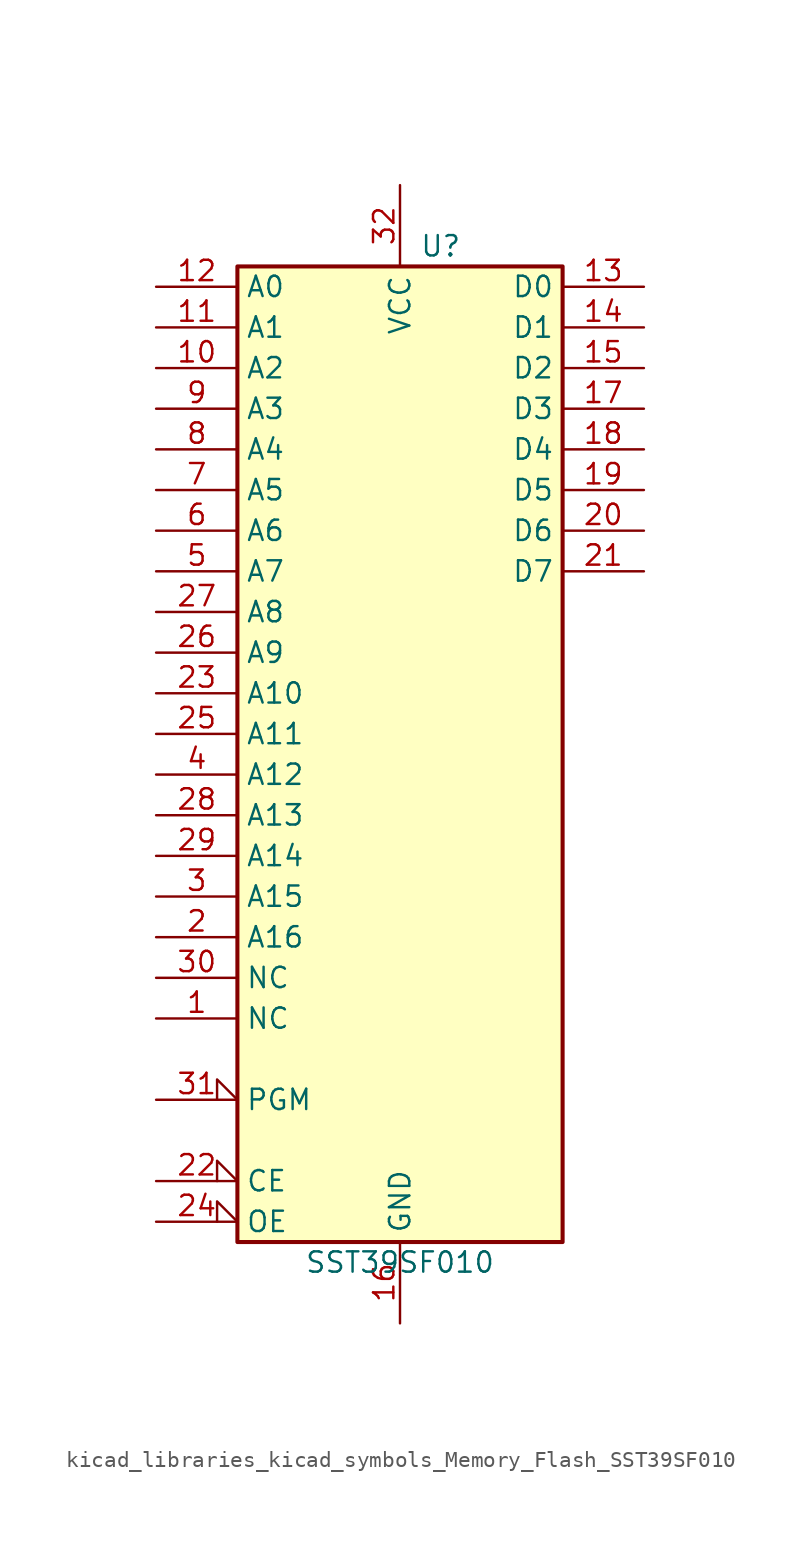
<source format=kicad_sym>
(kicad_symbol_lib
  (version 20220914)
  (generator kicad_symbol_editor)
  (symbol "kicad_libraries_kicad_symbols_Memory_Flash_SST39SF010"
    (property "Reference" "U"
      (at 2.54 33.02 0)
      (effects (font (size 1.27 1.27))))
    (property "Value" "SST39SF010"
      (at 0 -30.48 0)
      (effects (font (size 1.27 1.27))))
    (symbol "kicad_libraries_kicad_symbols_Memory_Flash_SST39SF010_0_0"
      (pin power_in line (at 0 -34.29 90) (length 5.08) (name "GND" (effects (font (size 1.27 1.27)))) (number "16" (effects (font (size 1.27 1.27)))))
      (pin power_in line (at 0 36.83 270) (length 5.08) (name "VCC" (effects (font (size 1.27 1.27)))) (number "32" (effects (font (size 1.27 1.27))))))
    (symbol "kicad_libraries_kicad_symbols_Memory_Flash_SST39SF010_0_1"
      (rectangle (start -10.16 31.75) (end 10.16 -29.21) (stroke (width 0.254) (type default)) (fill (type background))))
    (symbol "kicad_libraries_kicad_symbols_Memory_Flash_SST39SF010_1_1"
      (pin input line (at -15.24 -15.24 0) (length 5.08) (name "NC" (effects (font (size 1.27 1.27)))) (number "1" (effects (font (size 1.27 1.27)))))
      (pin input line (at -15.24 25.4 0) (length 5.08) (name "A2" (effects (font (size 1.27 1.27)))) (number "10" (effects (font (size 1.27 1.27)))))
      (pin input line (at -15.24 27.94 0) (length 5.08) (name "A1" (effects (font (size 1.27 1.27)))) (number "11" (effects (font (size 1.27 1.27)))))
      (pin input line (at -15.24 30.48 0) (length 5.08) (name "A0" (effects (font (size 1.27 1.27)))) (number "12" (effects (font (size 1.27 1.27)))))
      (pin tri_state line (at 15.24 30.48 180) (length 5.08) (name "D0" (effects (font (size 1.27 1.27)))) (number "13" (effects (font (size 1.27 1.27)))))
      (pin tri_state line (at 15.24 27.94 180) (length 5.08) (name "D1" (effects (font (size 1.27 1.27)))) (number "14" (effects (font (size 1.27 1.27)))))
      (pin tri_state line (at 15.24 25.4 180) (length 5.08) (name "D2" (effects (font (size 1.27 1.27)))) (number "15" (effects (font (size 1.27 1.27)))))
      (pin tri_state line (at 15.24 22.86 180) (length 5.08) (name "D3" (effects (font (size 1.27 1.27)))) (number "17" (effects (font (size 1.27 1.27)))))
      (pin tri_state line (at 15.24 20.32 180) (length 5.08) (name "D4" (effects (font (size 1.27 1.27)))) (number "18" (effects (font (size 1.27 1.27)))))
      (pin tri_state line (at 15.24 17.78 180) (length 5.08) (name "D5" (effects (font (size 1.27 1.27)))) (number "19" (effects (font (size 1.27 1.27)))))
      (pin input line (at -15.24 -10.16 0) (length 5.08) (name "A16" (effects (font (size 1.27 1.27)))) (number "2" (effects (font (size 1.27 1.27)))))
      (pin tri_state line (at 15.24 15.24 180) (length 5.08) (name "D6" (effects (font (size 1.27 1.27)))) (number "20" (effects (font (size 1.27 1.27)))))
      (pin tri_state line (at 15.24 12.7 180) (length 5.08) (name "D7" (effects (font (size 1.27 1.27)))) (number "21" (effects (font (size 1.27 1.27)))))
      (pin input input_low (at -15.24 -25.4 0) (length 5.08) (name "CE" (effects (font (size 1.27 1.27)))) (number "22" (effects (font (size 1.27 1.27)))))
      (pin input line (at -15.24 5.08 0) (length 5.08) (name "A10" (effects (font (size 1.27 1.27)))) (number "23" (effects (font (size 1.27 1.27)))))
      (pin input input_low (at -15.24 -27.94 0) (length 5.08) (name "OE" (effects (font (size 1.27 1.27)))) (number "24" (effects (font (size 1.27 1.27)))))
      (pin input line (at -15.24 2.54 0) (length 5.08) (name "A11" (effects (font (size 1.27 1.27)))) (number "25" (effects (font (size 1.27 1.27)))))
      (pin input line (at -15.24 7.62 0) (length 5.08) (name "A9" (effects (font (size 1.27 1.27)))) (number "26" (effects (font (size 1.27 1.27)))))
      (pin input line (at -15.24 10.16 0) (length 5.08) (name "A8" (effects (font (size 1.27 1.27)))) (number "27" (effects (font (size 1.27 1.27)))))
      (pin input line (at -15.24 -2.54 0) (length 5.08) (name "A13" (effects (font (size 1.27 1.27)))) (number "28" (effects (font (size 1.27 1.27)))))
      (pin input line (at -15.24 -5.08 0) (length 5.08) (name "A14" (effects (font (size 1.27 1.27)))) (number "29" (effects (font (size 1.27 1.27)))))
      (pin input line (at -15.24 -7.62 0) (length 5.08) (name "A15" (effects (font (size 1.27 1.27)))) (number "3" (effects (font (size 1.27 1.27)))))
      (pin input line (at -15.24 -12.7 0) (length 5.08) (name "NC" (effects (font (size 1.27 1.27)))) (number "30" (effects (font (size 1.27 1.27)))))
      (pin input input_low (at -15.24 -20.32 0) (length 5.08) (name "PGM" (effects (font (size 1.27 1.27)))) (number "31" (effects (font (size 1.27 1.27)))))
      (pin input line (at -15.24 0 0) (length 5.08) (name "A12" (effects (font (size 1.27 1.27)))) (number "4" (effects (font (size 1.27 1.27)))))
      (pin input line (at -15.24 12.7 0) (length 5.08) (name "A7" (effects (font (size 1.27 1.27)))) (number "5" (effects (font (size 1.27 1.27)))))
      (pin input line (at -15.24 15.24 0) (length 5.08) (name "A6" (effects (font (size 1.27 1.27)))) (number "6" (effects (font (size 1.27 1.27)))))
      (pin input line (at -15.24 17.78 0) (length 5.08) (name "A5" (effects (font (size 1.27 1.27)))) (number "7" (effects (font (size 1.27 1.27)))))
      (pin input line (at -15.24 20.32 0) (length 5.08) (name "A4" (effects (font (size 1.27 1.27)))) (number "8" (effects (font (size 1.27 1.27)))))
      (pin input line (at -15.24 22.86 0) (length 5.08) (name "A3" (effects (font (size 1.27 1.27)))) (number "9" (effects (font (size 1.27 1.27))))))))
</source>
